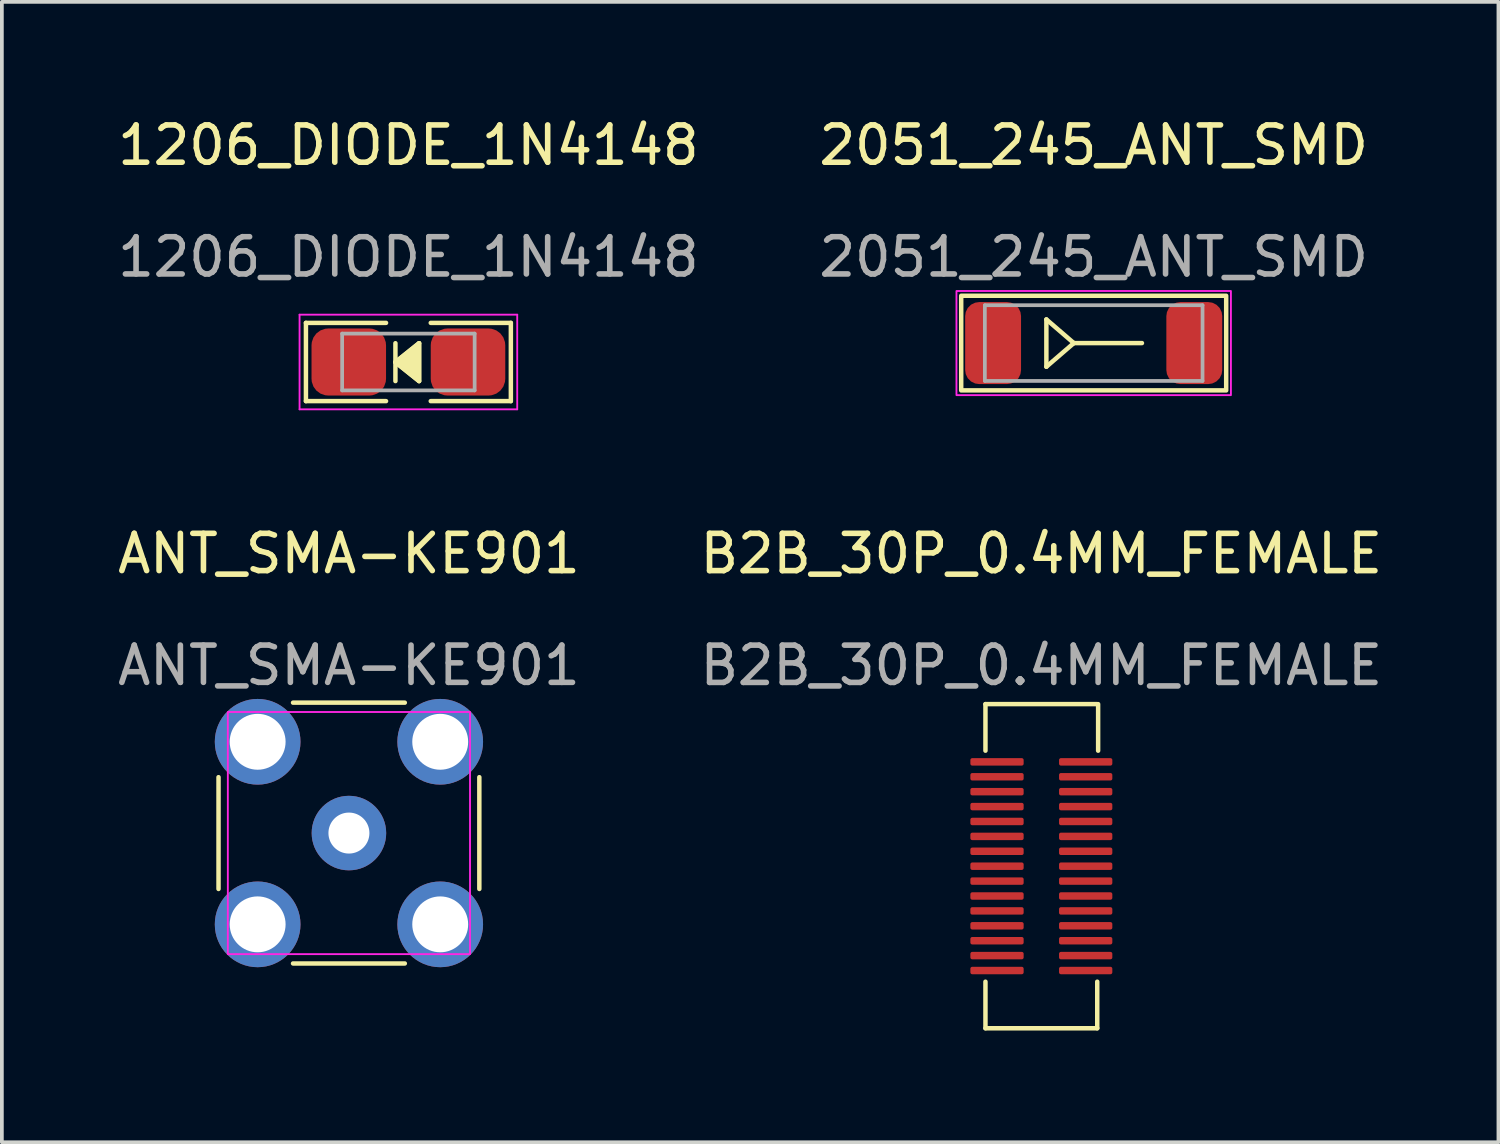
<source format=kicad_pcb>
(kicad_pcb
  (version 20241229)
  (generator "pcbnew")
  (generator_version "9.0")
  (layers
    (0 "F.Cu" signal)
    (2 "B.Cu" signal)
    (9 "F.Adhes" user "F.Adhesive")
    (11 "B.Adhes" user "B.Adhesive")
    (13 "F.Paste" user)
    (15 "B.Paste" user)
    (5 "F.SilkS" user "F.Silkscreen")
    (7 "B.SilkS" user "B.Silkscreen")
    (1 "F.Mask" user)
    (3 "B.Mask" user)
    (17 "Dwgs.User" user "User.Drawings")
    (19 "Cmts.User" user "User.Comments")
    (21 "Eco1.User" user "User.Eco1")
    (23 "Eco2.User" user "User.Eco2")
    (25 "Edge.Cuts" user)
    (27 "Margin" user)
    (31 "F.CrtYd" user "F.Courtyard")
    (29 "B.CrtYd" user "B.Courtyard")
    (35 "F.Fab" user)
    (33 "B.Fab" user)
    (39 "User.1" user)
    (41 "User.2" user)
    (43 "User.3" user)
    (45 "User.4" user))
  (footprint "1206_DIODE_1N4148"
    (layer "F.Cu")
    (at 7.911 6.666)
    (property "Reference" "1206_DIODE_1N4148" (at 0 -5.818 0) (unlocked yes) (layer "F.SilkS") (effects (font (size 1 1) (thickness 0.15))))
    (attr smd)
    (fp_line (start -2.75 -1.05) (end -2.75 1.05) (stroke (width 0.12) (type solid)) (layer "F.SilkS"))
    (fp_line (start -2.75 -1.05) (end -0.6 -1.05) (stroke (width 0.12) (type solid)) (layer "F.SilkS"))
    (fp_line (start -2.75 1.05) (end -0.6 1.05) (stroke (width 0.12) (type solid)) (layer "F.SilkS"))
    (fp_line (start -0.348 -0.504) (end -0.348 0.512) (stroke (width 0.12) (type solid)) (layer "F.SilkS"))
    (fp_line (start -0.348 0.004) (end 0.287 0.512) (stroke (width 0.12) (type solid)) (layer "F.SilkS"))
    (fp_line (start 0.287 -0.504) (end -0.348 0.004) (stroke (width 0.12) (type solid)) (layer "F.SilkS"))
    (fp_line (start 0.287 0.512) (end 0.287 -0.504) (stroke (width 0.12) (type solid)) (layer "F.SilkS"))
    (fp_line (start 2.75 -1.05) (end 0.6 -1.05) (stroke (width 0.12) (type solid)) (layer "F.SilkS"))
    (fp_line (start 2.75 1.05) (end 0.6 1.05) (stroke (width 0.12) (type solid)) (layer "F.SilkS"))
    (fp_line (start 2.75 1.05) (end 2.75 -1.05) (stroke (width 0.12) (type solid)) (layer "F.SilkS"))
    (fp_poly (pts (xy 0.287 0.512) (xy -0.348 0.004) (xy 0.287 -0.504)) (stroke (width 0.12) (type solid)) (fill yes) (layer "F.SilkS"))
    (fp_line (start -2.921 -1.27) (end 2.921 -1.27) (stroke (width 0.05) (type solid)) (layer "F.CrtYd"))
    (fp_line (start -2.921 1.27) (end -2.921 -1.27) (stroke (width 0.05) (type solid)) (layer "F.CrtYd"))
    (fp_line (start 2.921 -1.27) (end 2.921 1.27) (stroke (width 0.05) (type solid)) (layer "F.CrtYd"))
    (fp_line (start 2.921 1.27) (end -2.921 1.27) (stroke (width 0.05) (type solid)) (layer "F.CrtYd"))
    (fp_line (start -1.778 -0.762) (end 1.778 -0.762) (stroke (width 0.1) (type solid)) (layer "F.Fab"))
    (fp_line (start -1.778 0.762) (end -1.778 -0.762) (stroke (width 0.1) (type solid)) (layer "F.Fab"))
    (fp_line (start 1.778 -0.762) (end 1.778 0.762) (stroke (width 0.1) (type solid)) (layer "F.Fab"))
    (fp_line (start 1.778 0.762) (end -1.778 0.762) (stroke (width 0.1) (type solid)) (layer "F.Fab"))
    (fp_text user "${REFERENCE}" (at 0 -2.818 0) (unlocked yes) (layer "F.Fab") (effects (font (size 1 1) (thickness 0.15))))
    (pad "1" smd roundrect (at -1.6 0) (size 2 1.8) (layers "F.Cu" "F.Mask" "F.Paste") (roundrect_rratio 0.25))
    (pad "2" smd roundrect (at 1.6 0) (size 2 1.8) (layers "F.Cu" "F.Mask" "F.Paste") (roundrect_rratio 0.25)))
  (footprint "2051_245_ANT_SMD"
    (layer "F.Cu")
    (at 26.304 6.158)
    (property "Reference" "2051_245_ANT_SMD" (at 0 -5.31 0) (unlocked yes) (layer "F.SilkS") (effects (font (size 1 1) (thickness 0.15))))
    (attr smd)
    (fp_line (start -1.27 -0.635) (end -1.27 0.635) (stroke (width 0.12) (type solid)) (layer "F.SilkS"))
    (fp_line (start -1.27 0.635) (end -0.533 0) (stroke (width 0.12) (type solid)) (layer "F.SilkS"))
    (fp_line (start -0.533 0) (end -1.27 -0.635) (stroke (width 0.12) (type solid)) (layer "F.SilkS"))
    (fp_line (start 1.295 0) (end -0.533 0) (stroke (width 0.12) (type solid)) (layer "F.SilkS"))
    (fp_rect (start -3.556 -1.27) (end 3.556 1.27) (stroke (width 0.12) (type solid)) (fill no) (layer "F.SilkS"))
    (fp_rect (start -3.683 -1.397) (end 3.683 1.397) (stroke (width 0.05) (type solid)) (fill no) (layer "F.CrtYd"))
    (fp_line (start -2.921 -1.016) (end 2.921 -1.016) (stroke (width 0.1) (type solid)) (layer "F.Fab"))
    (fp_line (start -2.921 1.016) (end -2.921 -1.016) (stroke (width 0.1) (type solid)) (layer "F.Fab"))
    (fp_line (start 2.921 -1.016) (end 2.921 1.016) (stroke (width 0.1) (type solid)) (layer "F.Fab"))
    (fp_line (start 2.921 1.016) (end -2.921 1.016) (stroke (width 0.1) (type solid)) (layer "F.Fab"))
    (fp_text user "${REFERENCE}" (at 0 -2.31 0) (unlocked yes) (layer "F.Fab") (effects (font (size 1 1) (thickness 0.15))))
    (pad "1" smd roundrect (at -2.7 0) (size 1.5 2.2) (layers "F.Cu" "F.Mask" "F.Paste") (roundrect_rratio 0.25))
    (pad "2" smd roundrect (at 2.7 0) (size 1.5 2.2) (layers "F.Cu" "F.Mask" "F.Paste") (roundrect_rratio 0.25)))
  (footprint "B2B_30P_0.4MM_FEMALE"
    (layer "F.Cu")
    (at 24.899 17.398)
    (property "Reference" "B2B_30P_0.4MM_FEMALE" (at 0 -5.588 0) (unlocked yes) (layer "F.SilkS") (effects (font (size 1 1) (thickness 0.15))))
    (attr smd)
    (fp_line (start -1.5 -1.55) (end -1.5 -0.3) (stroke (width 0.12) (type solid)) (layer "F.SilkS"))
    (fp_line (start -1.5 -1.55) (end 1.5 -1.55) (stroke (width 0.12) (type solid)) (layer "F.SilkS"))
    (fp_line (start -1.5 5.9) (end -1.5 7.15) (stroke (width 0.12) (type solid)) (layer "F.SilkS"))
    (fp_line (start -1.5 7.15) (end 1.5 7.15) (stroke (width 0.12) (type solid)) (layer "F.SilkS"))
    (fp_line (start 1.5 5.9) (end 1.5 7.15) (stroke (width 0.12) (type solid)) (layer "F.SilkS"))
    (fp_line (start 1.524 -1.55) (end 1.524 -0.3) (stroke (width 0.12) (type solid)) (layer "F.SilkS"))
    (fp_text user "${REFERENCE}" (at 0 -2.588 0) (unlocked yes) (layer "F.Fab") (effects (font (size 1 1) (thickness 0.15))))
    (pad "1" smd roundrect (at -1.19 0) (size 1.43 0.2) (layers "F.Cu" "F.Mask" "F.Paste") (roundrect_rratio 0.25))
    (pad "2" smd roundrect (at -1.19 0.4) (size 1.43 0.2) (layers "F.Cu" "F.Mask" "F.Paste") (roundrect_rratio 0.25))
    (pad "3" smd roundrect (at -1.19 0.8) (size 1.43 0.2) (layers "F.Cu" "F.Mask" "F.Paste") (roundrect_rratio 0.25))
    (pad "4" smd roundrect (at -1.19 1.2) (size 1.43 0.2) (layers "F.Cu" "F.Mask" "F.Paste") (roundrect_rratio 0.25))
    (pad "5" smd roundrect (at -1.19 1.6) (size 1.43 0.2) (layers "F.Cu" "F.Mask" "F.Paste") (roundrect_rratio 0.25))
    (pad "6" smd roundrect (at -1.19 2) (size 1.43 0.2) (layers "F.Cu" "F.Mask" "F.Paste") (roundrect_rratio 0.25))
    (pad "7" smd roundrect (at -1.19 2.4) (size 1.43 0.2) (layers "F.Cu" "F.Mask" "F.Paste") (roundrect_rratio 0.25))
    (pad "8" smd roundrect (at -1.19 2.8) (size 1.43 0.2) (layers "F.Cu" "F.Mask" "F.Paste") (roundrect_rratio 0.25))
    (pad "9" smd roundrect (at -1.19 3.2) (size 1.43 0.2) (layers "F.Cu" "F.Mask" "F.Paste") (roundrect_rratio 0.25))
    (pad "10" smd roundrect (at -1.19 3.6) (size 1.43 0.2) (layers "F.Cu" "F.Mask" "F.Paste") (roundrect_rratio 0.25))
    (pad "11" smd roundrect (at -1.19 4) (size 1.43 0.2) (layers "F.Cu" "F.Mask" "F.Paste") (roundrect_rratio 0.25))
    (pad "12" smd roundrect (at -1.19 4.4) (size 1.43 0.2) (layers "F.Cu" "F.Mask" "F.Paste") (roundrect_rratio 0.25))
    (pad "13" smd roundrect (at -1.19 4.8) (size 1.43 0.2) (layers "F.Cu" "F.Mask" "F.Paste") (roundrect_rratio 0.25))
    (pad "14" smd roundrect (at -1.19 5.2) (size 1.43 0.2) (layers "F.Cu" "F.Mask" "F.Paste") (roundrect_rratio 0.25))
    (pad "15" smd roundrect (at -1.19 5.6) (size 1.43 0.2) (layers "F.Cu" "F.Mask" "F.Paste") (roundrect_rratio 0.25))
    (pad "16" smd roundrect (at 1.19 5.6 180) (size 1.43 0.2) (layers "F.Cu" "F.Mask" "F.Paste") (roundrect_rratio 0.25))
    (pad "17" smd roundrect (at 1.19 5.2 180) (size 1.43 0.2) (layers "F.Cu" "F.Mask" "F.Paste") (roundrect_rratio 0.25))
    (pad "18" smd roundrect (at 1.19 4.8 180) (size 1.43 0.2) (layers "F.Cu" "F.Mask" "F.Paste") (roundrect_rratio 0.25))
    (pad "19" smd roundrect (at 1.19 4.4 180) (size 1.43 0.2) (layers "F.Cu" "F.Mask" "F.Paste") (roundrect_rratio 0.25))
    (pad "20" smd roundrect (at 1.19 4 180) (size 1.43 0.2) (layers "F.Cu" "F.Mask" "F.Paste") (roundrect_rratio 0.25))
    (pad "21" smd roundrect (at 1.19 3.6 180) (size 1.43 0.2) (layers "F.Cu" "F.Mask" "F.Paste") (roundrect_rratio 0.25))
    (pad "22" smd roundrect (at 1.19 3.2 180) (size 1.43 0.2) (layers "F.Cu" "F.Mask" "F.Paste") (roundrect_rratio 0.25))
    (pad "23" smd roundrect (at 1.19 2.8 180) (size 1.43 0.2) (layers "F.Cu" "F.Mask" "F.Paste") (roundrect_rratio 0.25))
    (pad "24" smd roundrect (at 1.19 2.4 180) (size 1.43 0.2) (layers "F.Cu" "F.Mask" "F.Paste") (roundrect_rratio 0.25))
    (pad "25" smd roundrect (at 1.19 2 180) (size 1.43 0.2) (layers "F.Cu" "F.Mask" "F.Paste") (roundrect_rratio 0.25))
    (pad "26" smd roundrect (at 1.19 1.6 180) (size 1.43 0.2) (layers "F.Cu" "F.Mask" "F.Paste") (roundrect_rratio 0.25))
    (pad "27" smd roundrect (at 1.19 1.2 180) (size 1.43 0.2) (layers "F.Cu" "F.Mask" "F.Paste") (roundrect_rratio 0.25))
    (pad "28" smd roundrect (at 1.19 0.8 180) (size 1.43 0.2) (layers "F.Cu" "F.Mask" "F.Paste") (roundrect_rratio 0.25))
    (pad "29" smd roundrect (at 1.19 0.4 180) (size 1.43 0.2) (layers "F.Cu" "F.Mask" "F.Paste") (roundrect_rratio 0.25))
    (pad "30" smd roundrect (at 1.19 0 180) (size 1.43 0.2) (layers "F.Cu" "F.Mask" "F.Paste") (roundrect_rratio 0.25)))
  (footprint "ANT_SMA-KE901"
    (layer "F.Cu")
    (at 6.315 19.309)
    (property "Reference" "ANT_SMA-KE901" (at 0 -7.5 0) (unlocked yes) (layer "F.SilkS") (effects (font (size 1 1) (thickness 0.15))))
    (attr through_hole)
    (fp_line (start -3.5 1.5) (end -3.5 -1.5) (stroke (width 0.12) (type default)) (layer "F.SilkS"))
    (fp_line (start -1.5 -3.5) (end 1.5 -3.5) (stroke (width 0.12) (type default)) (layer "F.SilkS"))
    (fp_line (start 1.5 3.5) (end -1.5 3.5) (stroke (width 0.12) (type default)) (layer "F.SilkS"))
    (fp_line (start 3.5 -1.5) (end 3.5 1.5) (stroke (width 0.12) (type default)) (layer "F.SilkS"))
    (fp_rect (start -3.25 -3.25) (end 3.25 3.25) (stroke (width 0.05) (type default)) (fill no) (layer "F.CrtYd"))
    (fp_text user "${REFERENCE}" (at 0 -4.5 0) (unlocked yes) (layer "F.Fab") (effects (font (size 1 1) (thickness 0.15))))
    (pad "1" thru_hole circle (at 0 0) (size 2 2) (drill 1.1) (layers "*.Cu" "*.Mask"))
    (pad "2" thru_hole circle (at -2.45 -2.45) (size 2.3 2.3) (drill 1.5) (layers "*.Cu" "*.Mask"))
    (pad "2" thru_hole circle (at -2.45 2.45) (size 2.3 2.3) (drill 1.5) (layers "*.Cu" "*.Mask"))
    (pad "2" thru_hole circle (at 2.45 -2.45) (size 2.3 2.3) (drill 1.5) (layers "*.Cu" "*.Mask"))
    (pad "2" thru_hole circle (at 2.45 2.45) (size 2.3 2.3) (drill 1.5) (layers "*.Cu" "*.Mask")))
  (gr_rect
    (start -3 -3)
    (end 37.167 27.608)
    (stroke (width 0.1) (type default))
    (fill no)
    (layer "Edge.Cuts")))
</source>
